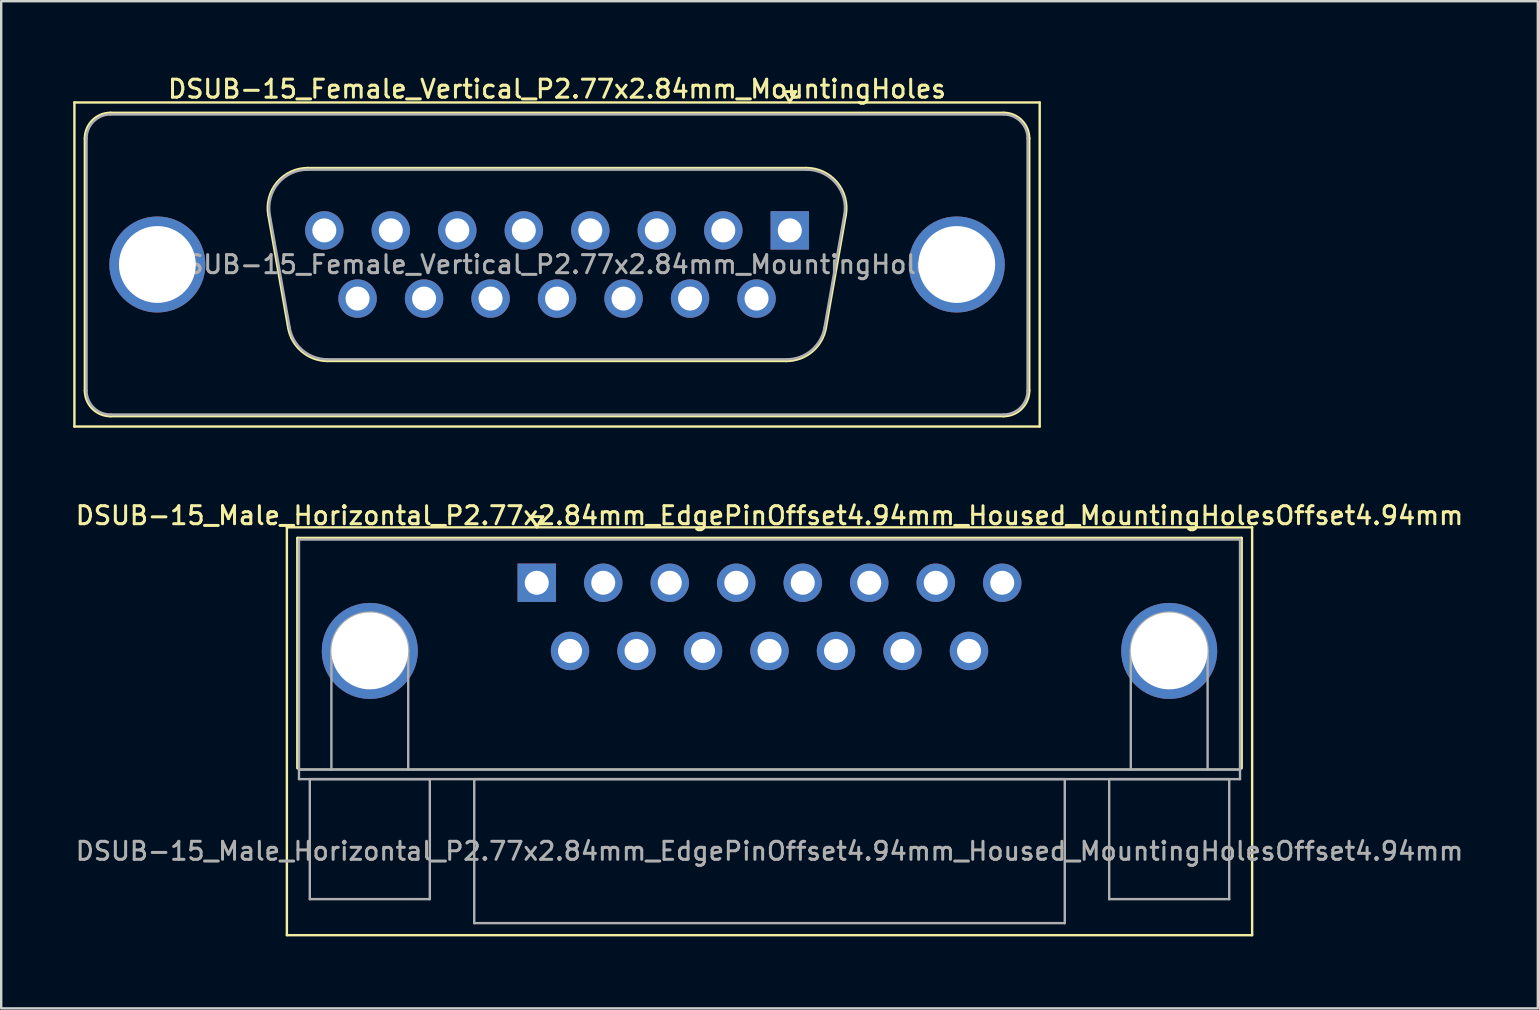
<source format=kicad_pcb>
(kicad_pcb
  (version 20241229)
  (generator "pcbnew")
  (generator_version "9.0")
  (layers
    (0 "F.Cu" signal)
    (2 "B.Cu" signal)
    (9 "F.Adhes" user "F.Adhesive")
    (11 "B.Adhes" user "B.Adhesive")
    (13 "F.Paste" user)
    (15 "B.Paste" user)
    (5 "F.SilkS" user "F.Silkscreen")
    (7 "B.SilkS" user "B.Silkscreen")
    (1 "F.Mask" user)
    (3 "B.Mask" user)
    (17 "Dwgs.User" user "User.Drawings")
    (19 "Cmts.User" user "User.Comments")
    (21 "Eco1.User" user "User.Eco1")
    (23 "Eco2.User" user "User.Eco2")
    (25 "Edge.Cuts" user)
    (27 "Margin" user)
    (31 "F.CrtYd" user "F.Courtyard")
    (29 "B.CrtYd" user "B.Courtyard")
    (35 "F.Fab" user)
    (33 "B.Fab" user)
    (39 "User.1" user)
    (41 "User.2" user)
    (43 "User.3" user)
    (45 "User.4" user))
  (footprint "DSUB-15_Female_Vertical_P2.77x2.84mm_MountingHoles"
    (layer "F.Cu")
    (at 29.85 6.548)
    (property "Reference" "DSUB-15_Female_Vertical_P2.77x2.84mm_MountingHoles" (at -9.695 -5.89 0) (layer "F.SilkS") (effects (font (size 0.75 0.75) (thickness 0.125))))
    (attr through_hole)
    (fp_line (start -29.8 -5.33) (end -29.8 8.17) (stroke (width 0.1) (type solid)) (layer "F.SilkS"))
    (fp_line (start -29.8 8.17) (end 10.41 8.17) (stroke (width 0.1) (type solid)) (layer "F.SilkS"))
    (fp_line (start -29.355 6.67) (end -29.355 -3.83) (stroke (width 0.12) (type solid)) (layer "F.SilkS"))
    (fp_line (start -28.295 -4.89) (end 8.905 -4.89) (stroke (width 0.12) (type solid)) (layer "F.SilkS"))
    (fp_line (start -21.711 -0.642) (end -20.883 4.058) (stroke (width 0.12) (type solid)) (layer "F.SilkS"))
    (fp_line (start -20.077 -2.59) (end 0.687 -2.59) (stroke (width 0.12) (type solid)) (layer "F.SilkS"))
    (fp_line (start -19.248 5.43) (end -0.142 5.43) (stroke (width 0.12) (type solid)) (layer "F.SilkS"))
    (fp_line (start -0.25 -5.784) (end 0.25 -5.784) (stroke (width 0.12) (type solid)) (layer "F.SilkS"))
    (fp_line (start 0 -5.351) (end -0.25 -5.784) (stroke (width 0.12) (type solid)) (layer "F.SilkS"))
    (fp_line (start 0.25 -5.784) (end 0 -5.351) (stroke (width 0.12) (type solid)) (layer "F.SilkS"))
    (fp_line (start 2.321 -0.642) (end 1.493 4.058) (stroke (width 0.12) (type solid)) (layer "F.SilkS"))
    (fp_line (start 8.905 7.73) (end -28.295 7.73) (stroke (width 0.12) (type solid)) (layer "F.SilkS"))
    (fp_line (start 9.965 -3.83) (end 9.965 6.67) (stroke (width 0.12) (type solid)) (layer "F.SilkS"))
    (fp_line (start 10.41 -5.33) (end -29.8 -5.33) (stroke (width 0.1) (type solid)) (layer "F.SilkS"))
    (fp_line (start 10.41 8.17) (end 10.41 -5.33) (stroke (width 0.1) (type solid)) (layer "F.SilkS"))
    (fp_arc (start -29.355 -3.83) (mid -29.044533 -4.579533) (end -28.295 -4.89) (stroke (width 0.12) (type solid)) (layer "F.SilkS"))
    (fp_arc (start -28.295 7.73) (mid -29.044533 7.419533) (end -29.355 6.67) (stroke (width 0.12) (type solid)) (layer "F.SilkS"))
    (fp_arc (start -21.71147 -0.641744) (mid -21.348323 -1.997027) (end -20.076689 -2.59) (stroke (width 0.12) (type solid)) (layer "F.SilkS"))
    (fp_arc (start -19.247952 5.43) (mid -20.31498 5.041634) (end -20.882733 4.058256) (stroke (width 0.12) (type solid)) (layer "F.SilkS"))
    (fp_arc (start 0.686689 -2.59) (mid 1.958323 -1.997027) (end 2.32147 -0.641744) (stroke (width 0.12) (type solid)) (layer "F.SilkS"))
    (fp_arc (start 1.492733 4.058256) (mid 0.92498 5.041634) (end -0.142048 5.43) (stroke (width 0.12) (type solid)) (layer "F.SilkS"))
    (fp_arc (start 8.905 -4.89) (mid 9.654533 -4.579533) (end 9.965 -3.83) (stroke (width 0.12) (type solid)) (layer "F.SilkS"))
    (fp_arc (start 9.965 6.67) (mid 9.654533 7.419533) (end 8.905 7.73) (stroke (width 0.12) (type solid)) (layer "F.SilkS"))
    (fp_line (start -29.295 6.67) (end -29.295 -3.83) (stroke (width 0.1) (type solid)) (layer "F.Fab"))
    (fp_line (start -28.295 -4.83) (end 8.905 -4.83) (stroke (width 0.1) (type solid)) (layer "F.Fab"))
    (fp_line (start -21.664 -0.652) (end -20.835 4.048) (stroke (width 0.1) (type solid)) (layer "F.Fab"))
    (fp_line (start -20.088 -2.53) (end 0.698 -2.53) (stroke (width 0.1) (type solid)) (layer "F.Fab"))
    (fp_line (start -19.259 5.37) (end -0.131 5.37) (stroke (width 0.1) (type solid)) (layer "F.Fab"))
    (fp_line (start 2.274 -0.652) (end 1.445 4.048) (stroke (width 0.1) (type solid)) (layer "F.Fab"))
    (fp_line (start 8.905 7.67) (end -28.295 7.67) (stroke (width 0.1) (type solid)) (layer "F.Fab"))
    (fp_line (start 9.905 -3.83) (end 9.905 6.67) (stroke (width 0.1) (type solid)) (layer "F.Fab"))
    (fp_arc (start -29.295 -3.83) (mid -29.002107 -4.537107) (end -28.295 -4.83) (stroke (width 0.1) (type solid)) (layer "F.Fab"))
    (fp_arc (start -28.295 7.67) (mid -29.002107 7.377107) (end -29.295 6.67) (stroke (width 0.1) (type solid)) (layer "F.Fab"))
    (fp_arc (start -21.663887 -0.652163) (mid -21.313865 -1.95846) (end -20.088194 -2.53) (stroke (width 0.1) (type solid)) (layer "F.Fab"))
    (fp_arc (start -19.259457 5.37) (mid -20.287918 4.995671) (end -20.83515 4.047837) (stroke (width 0.1) (type solid)) (layer "F.Fab"))
    (fp_arc (start 0.698194 -2.53) (mid 1.923865 -1.95846) (end 2.273887 -0.652163) (stroke (width 0.1) (type solid)) (layer "F.Fab"))
    (fp_arc (start 1.44515 4.047837) (mid 0.897918 4.995671) (end -0.130543 5.37) (stroke (width 0.1) (type solid)) (layer "F.Fab"))
    (fp_arc (start 8.905 -4.83) (mid 9.612107 -4.537107) (end 9.905 -3.83) (stroke (width 0.1) (type solid)) (layer "F.Fab"))
    (fp_arc (start 9.905 6.67) (mid 9.612107 7.377107) (end 8.905 7.67) (stroke (width 0.1) (type solid)) (layer "F.Fab"))
    (fp_text user "${REFERENCE}" (at -9.695 1.42 0) (layer "F.Fab") (effects (font (size 0.75 0.75) (thickness 0.125))))
    (pad "0" thru_hole circle (at -26.345 1.42) (size 4 4) (drill 3.2) (layers "*.Cu" "*.Mask"))
    (pad "0" thru_hole circle (at 6.955 1.42) (size 4 4) (drill 3.2) (layers "*.Cu" "*.Mask"))
    (pad "1" thru_hole rect (at 0 0) (size 1.6 1.6) (drill 1) (layers "*.Cu" "*.Mask"))
    (pad "2" thru_hole circle (at -2.77 0) (size 1.6 1.6) (drill 1) (layers "*.Cu" "*.Mask"))
    (pad "3" thru_hole circle (at -5.54 0) (size 1.6 1.6) (drill 1) (layers "*.Cu" "*.Mask"))
    (pad "4" thru_hole circle (at -8.31 0) (size 1.6 1.6) (drill 1) (layers "*.Cu" "*.Mask"))
    (pad "5" thru_hole circle (at -11.08 0) (size 1.6 1.6) (drill 1) (layers "*.Cu" "*.Mask"))
    (pad "6" thru_hole circle (at -13.85 0) (size 1.6 1.6) (drill 1) (layers "*.Cu" "*.Mask"))
    (pad "7" thru_hole circle (at -16.62 0) (size 1.6 1.6) (drill 1) (layers "*.Cu" "*.Mask"))
    (pad "8" thru_hole circle (at -19.39 0) (size 1.6 1.6) (drill 1) (layers "*.Cu" "*.Mask"))
    (pad "9" thru_hole circle (at -1.385 2.84) (size 1.6 1.6) (drill 1) (layers "*.Cu" "*.Mask"))
    (pad "10" thru_hole circle (at -4.155 2.84) (size 1.6 1.6) (drill 1) (layers "*.Cu" "*.Mask"))
    (pad "11" thru_hole circle (at -6.925 2.84) (size 1.6 1.6) (drill 1) (layers "*.Cu" "*.Mask"))
    (pad "12" thru_hole circle (at -9.695 2.84) (size 1.6 1.6) (drill 1) (layers "*.Cu" "*.Mask"))
    (pad "13" thru_hole circle (at -12.465 2.84) (size 1.6 1.6) (drill 1) (layers "*.Cu" "*.Mask"))
    (pad "14" thru_hole circle (at -15.235 2.84) (size 1.6 1.6) (drill 1) (layers "*.Cu" "*.Mask"))
    (pad "15" thru_hole circle (at -18.005 2.84) (size 1.6 1.6) (drill 1) (layers "*.Cu" "*.Mask")))
  (footprint "DSUB-15_Male_Horizontal_P2.77x2.84mm_EdgePinOffset4.94mm_Housed_MountingHolesOffset4.94mm"
    (layer "F.Cu")
    (at 19.31 21.226)
    (property "Reference" "DSUB-15_Male_Horizontal_P2.77x2.84mm_EdgePinOffset4.94mm_Housed_MountingHolesOffset4.94mm" (at 9.695 -2.8 0) (layer "F.SilkS") (effects (font (size 0.75 0.75) (thickness 0.125))))
    (attr through_hole)
    (fp_line (start -10.41 -2.31) (end -10.41 14.68) (stroke (width 0.1) (type solid)) (layer "F.SilkS"))
    (fp_line (start -10.41 14.68) (end 29.8 14.68) (stroke (width 0.1) (type solid)) (layer "F.SilkS"))
    (fp_line (start -9.965 -1.86) (end 29.355 -1.86) (stroke (width 0.12) (type solid)) (layer "F.SilkS"))
    (fp_line (start -9.965 7.72) (end -9.965 -1.86) (stroke (width 0.12) (type solid)) (layer "F.SilkS"))
    (fp_line (start -0.25 -2.754) (end 0.25 -2.754) (stroke (width 0.12) (type solid)) (layer "F.SilkS"))
    (fp_line (start 0 -2.321) (end -0.25 -2.754) (stroke (width 0.12) (type solid)) (layer "F.SilkS"))
    (fp_line (start 0.25 -2.754) (end 0 -2.321) (stroke (width 0.12) (type solid)) (layer "F.SilkS"))
    (fp_line (start 29.355 -1.86) (end 29.355 7.72) (stroke (width 0.12) (type solid)) (layer "F.SilkS"))
    (fp_line (start 29.8 -2.31) (end -10.41 -2.31) (stroke (width 0.1) (type solid)) (layer "F.SilkS"))
    (fp_line (start 29.8 14.68) (end 29.8 -2.31) (stroke (width 0.1) (type solid)) (layer "F.SilkS"))
    (fp_line (start -9.905 -1.8) (end -9.905 7.78) (stroke (width 0.1) (type solid)) (layer "F.Fab"))
    (fp_line (start -9.905 7.78) (end -9.905 8.18) (stroke (width 0.1) (type solid)) (layer "F.Fab"))
    (fp_line (start -9.905 7.78) (end 29.295 7.78) (stroke (width 0.1) (type solid)) (layer "F.Fab"))
    (fp_line (start -9.905 8.18) (end 29.295 8.18) (stroke (width 0.1) (type solid)) (layer "F.Fab"))
    (fp_line (start -9.455 8.18) (end -9.455 13.18) (stroke (width 0.1) (type solid)) (layer "F.Fab"))
    (fp_line (start -9.455 13.18) (end -4.455 13.18) (stroke (width 0.1) (type solid)) (layer "F.Fab"))
    (fp_line (start -8.555 7.78) (end -8.555 2.84) (stroke (width 0.1) (type solid)) (layer "F.Fab"))
    (fp_line (start -5.355 7.78) (end -5.355 2.84) (stroke (width 0.1) (type solid)) (layer "F.Fab"))
    (fp_line (start -4.455 8.18) (end -9.455 8.18) (stroke (width 0.1) (type solid)) (layer "F.Fab"))
    (fp_line (start -4.455 13.18) (end -4.455 8.18) (stroke (width 0.1) (type solid)) (layer "F.Fab"))
    (fp_line (start -2.605 8.18) (end -2.605 14.18) (stroke (width 0.1) (type solid)) (layer "F.Fab"))
    (fp_line (start -2.605 14.18) (end 21.995 14.18) (stroke (width 0.1) (type solid)) (layer "F.Fab"))
    (fp_line (start 21.995 8.18) (end -2.605 8.18) (stroke (width 0.1) (type solid)) (layer "F.Fab"))
    (fp_line (start 21.995 14.18) (end 21.995 8.18) (stroke (width 0.1) (type solid)) (layer "F.Fab"))
    (fp_line (start 23.845 8.18) (end 23.845 13.18) (stroke (width 0.1) (type solid)) (layer "F.Fab"))
    (fp_line (start 23.845 13.18) (end 28.845 13.18) (stroke (width 0.1) (type solid)) (layer "F.Fab"))
    (fp_line (start 24.745 7.78) (end 24.745 2.84) (stroke (width 0.1) (type solid)) (layer "F.Fab"))
    (fp_line (start 27.945 7.78) (end 27.945 2.84) (stroke (width 0.1) (type solid)) (layer "F.Fab"))
    (fp_line (start 28.845 8.18) (end 23.845 8.18) (stroke (width 0.1) (type solid)) (layer "F.Fab"))
    (fp_line (start 28.845 13.18) (end 28.845 8.18) (stroke (width 0.1) (type solid)) (layer "F.Fab"))
    (fp_line (start 29.295 -1.8) (end -9.905 -1.8) (stroke (width 0.1) (type solid)) (layer "F.Fab"))
    (fp_line (start 29.295 7.78) (end -9.905 7.78) (stroke (width 0.1) (type solid)) (layer "F.Fab"))
    (fp_line (start 29.295 7.78) (end 29.295 -1.8) (stroke (width 0.1) (type solid)) (layer "F.Fab"))
    (fp_line (start 29.295 8.18) (end 29.295 7.78) (stroke (width 0.1) (type solid)) (layer "F.Fab"))
    (fp_arc (start -8.555 2.84) (mid -6.955 1.24) (end -5.355 2.84) (stroke (width 0.1) (type solid)) (layer "F.Fab"))
    (fp_arc (start 24.745 2.84) (mid 26.345 1.24) (end 27.945 2.84) (stroke (width 0.1) (type solid)) (layer "F.Fab"))
    (fp_text user "${REFERENCE}" (at 9.695 11.18 0) (layer "F.Fab") (effects (font (size 0.75 0.75) (thickness 0.125))))
    (pad "0" thru_hole circle (at -6.955 2.84) (size 4 4) (drill 3.2) (layers "*.Cu" "*.Mask"))
    (pad "0" thru_hole circle (at 26.345 2.84) (size 4 4) (drill 3.2) (layers "*.Cu" "*.Mask"))
    (pad "1" thru_hole rect (at 0 0) (size 1.6 1.6) (drill 1) (layers "*.Cu" "*.Mask"))
    (pad "2" thru_hole circle (at 2.77 0) (size 1.6 1.6) (drill 1) (layers "*.Cu" "*.Mask"))
    (pad "3" thru_hole circle (at 5.54 0) (size 1.6 1.6) (drill 1) (layers "*.Cu" "*.Mask"))
    (pad "4" thru_hole circle (at 8.31 0) (size 1.6 1.6) (drill 1) (layers "*.Cu" "*.Mask"))
    (pad "5" thru_hole circle (at 11.08 0) (size 1.6 1.6) (drill 1) (layers "*.Cu" "*.Mask"))
    (pad "6" thru_hole circle (at 13.85 0) (size 1.6 1.6) (drill 1) (layers "*.Cu" "*.Mask"))
    (pad "7" thru_hole circle (at 16.62 0) (size 1.6 1.6) (drill 1) (layers "*.Cu" "*.Mask"))
    (pad "8" thru_hole circle (at 19.39 0) (size 1.6 1.6) (drill 1) (layers "*.Cu" "*.Mask"))
    (pad "9" thru_hole circle (at 1.385 2.84) (size 1.6 1.6) (drill 1) (layers "*.Cu" "*.Mask"))
    (pad "10" thru_hole circle (at 4.155 2.84) (size 1.6 1.6) (drill 1) (layers "*.Cu" "*.Mask"))
    (pad "11" thru_hole circle (at 6.925 2.84) (size 1.6 1.6) (drill 1) (layers "*.Cu" "*.Mask"))
    (pad "12" thru_hole circle (at 9.695 2.84) (size 1.6 1.6) (drill 1) (layers "*.Cu" "*.Mask"))
    (pad "13" thru_hole circle (at 12.465 2.84) (size 1.6 1.6) (drill 1) (layers "*.Cu" "*.Mask"))
    (pad "14" thru_hole circle (at 15.235 2.84) (size 1.6 1.6) (drill 1) (layers "*.Cu" "*.Mask"))
    (pad "15" thru_hole circle (at 18.005 2.84) (size 1.6 1.6) (drill 1) (layers "*.Cu" "*.Mask")))
  (gr_rect
    (start -3 -3)
    (end 61.011 38.956)
    (stroke (width 0.1) (type default))
    (fill no)
    (layer "Edge.Cuts")))
</source>
